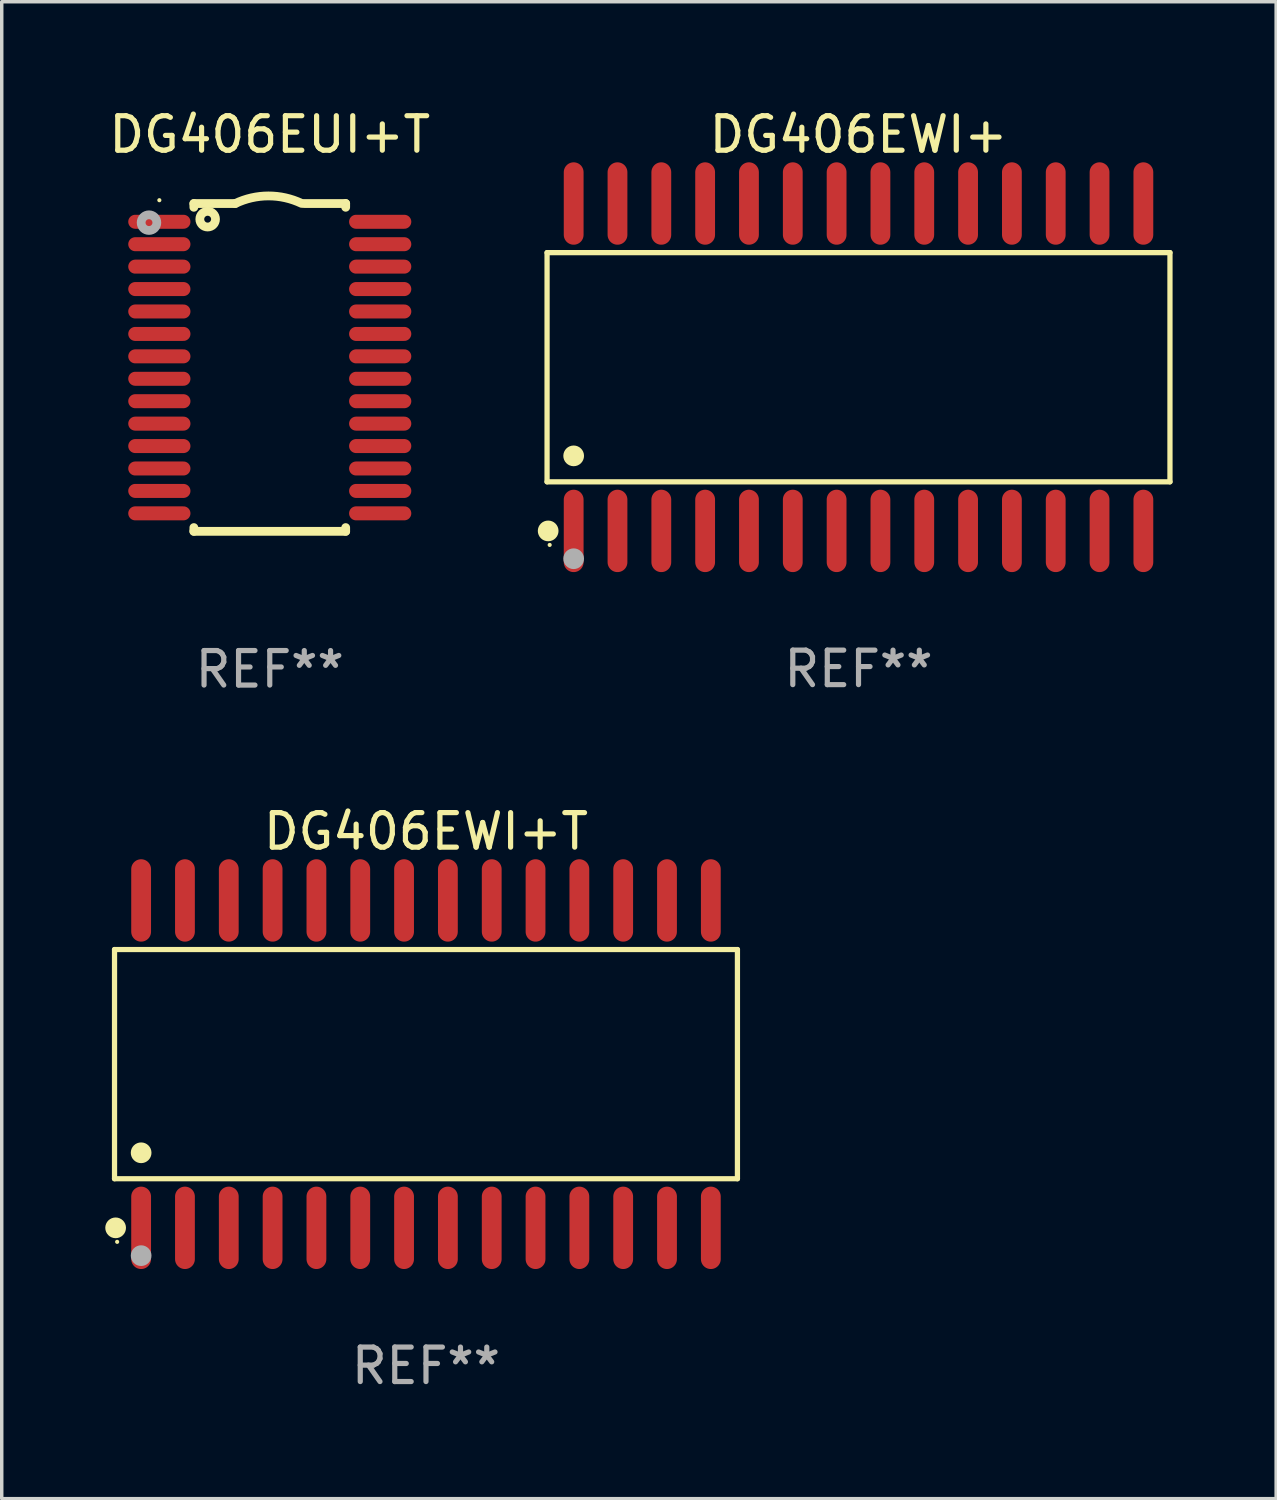
<source format=kicad_pcb>
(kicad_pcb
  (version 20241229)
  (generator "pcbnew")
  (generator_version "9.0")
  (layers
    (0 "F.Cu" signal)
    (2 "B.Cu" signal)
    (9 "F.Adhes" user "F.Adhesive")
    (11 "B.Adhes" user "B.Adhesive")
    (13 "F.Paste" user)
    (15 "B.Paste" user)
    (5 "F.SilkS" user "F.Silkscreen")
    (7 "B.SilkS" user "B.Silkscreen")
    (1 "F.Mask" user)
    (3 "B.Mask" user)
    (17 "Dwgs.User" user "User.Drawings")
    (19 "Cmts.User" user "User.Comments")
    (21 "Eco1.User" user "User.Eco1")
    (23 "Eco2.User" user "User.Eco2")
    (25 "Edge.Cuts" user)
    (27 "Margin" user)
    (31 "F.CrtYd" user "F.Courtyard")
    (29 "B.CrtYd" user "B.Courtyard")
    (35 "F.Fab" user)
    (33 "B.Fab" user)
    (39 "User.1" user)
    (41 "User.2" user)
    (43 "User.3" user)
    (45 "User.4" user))
  (footprint "DG406EWI+"
    (layer "F.Cu")
    (at 21.83 7.592)
    (property "Reference" "DG406EWI+" (at 0 -6.744 0) (layer "F.SilkS") (effects (font (size 1 1) (thickness 0.15))))
    (attr through_hole)
    (fp_line (start -9.026 -3.321) (end 9.026 -3.321) (stroke (width 0.152) (type solid)) (layer "F.SilkS"))
    (fp_line (start -9.026 3.321) (end -9.026 -3.321) (stroke (width 0.152) (type solid)) (layer "F.SilkS"))
    (fp_line (start 9.026 -3.321) (end 9.026 3.321) (stroke (width 0.152) (type solid)) (layer "F.SilkS"))
    (fp_line (start 9.026 3.321) (end -9.026 3.321) (stroke (width 0.152) (type solid)) (layer "F.SilkS"))
    (fp_circle (center -8.994 4.744) (end -8.844 4.744) (stroke (width 0.3) (type solid)) (fill no) (layer "F.SilkS"))
    (fp_circle (center -8.95 5.15) (end -8.92 5.15) (stroke (width 0.06) (type solid)) (fill no) (layer "F.SilkS"))
    (fp_circle (center -8.255 2.569) (end -8.105 2.569) (stroke (width 0.3) (type solid)) (fill no) (layer "F.SilkS"))
    (fp_circle (center -8.255 5.55) (end -8.105 5.55) (stroke (width 0.3) (type solid)) (fill no) (layer "F.Fab"))
    (fp_text user "REF**" (at 0 8.744 0) (layer "F.Fab") (effects (font (size 1 1) (thickness 0.15))))
    (pad "1" smd oval (at -8.255 4.744) (size 0.574 2.388) (layers "F.Cu" "F.Mask" "F.Paste"))
    (pad "2" smd oval (at -6.985 4.744) (size 0.574 2.388) (layers "F.Cu" "F.Mask" "F.Paste"))
    (pad "3" smd oval (at -5.715 4.744) (size 0.574 2.388) (layers "F.Cu" "F.Mask" "F.Paste"))
    (pad "4" smd oval (at -4.445 4.744) (size 0.574 2.388) (layers "F.Cu" "F.Mask" "F.Paste"))
    (pad "5" smd oval (at -3.175 4.744) (size 0.574 2.388) (layers "F.Cu" "F.Mask" "F.Paste"))
    (pad "6" smd oval (at -1.905 4.744) (size 0.574 2.388) (layers "F.Cu" "F.Mask" "F.Paste"))
    (pad "7" smd oval (at -0.635 4.744) (size 0.574 2.388) (layers "F.Cu" "F.Mask" "F.Paste"))
    (pad "8" smd oval (at 0.635 4.744) (size 0.574 2.388) (layers "F.Cu" "F.Mask" "F.Paste"))
    (pad "9" smd oval (at 1.905 4.744) (size 0.574 2.388) (layers "F.Cu" "F.Mask" "F.Paste"))
    (pad "10" smd oval (at 3.175 4.744) (size 0.574 2.388) (layers "F.Cu" "F.Mask" "F.Paste"))
    (pad "11" smd oval (at 4.445 4.744) (size 0.574 2.388) (layers "F.Cu" "F.Mask" "F.Paste"))
    (pad "12" smd oval (at 5.715 4.744) (size 0.574 2.388) (layers "F.Cu" "F.Mask" "F.Paste"))
    (pad "13" smd oval (at 6.985 4.744) (size 0.574 2.388) (layers "F.Cu" "F.Mask" "F.Paste"))
    (pad "14" smd oval (at 8.255 4.744) (size 0.574 2.388) (layers "F.Cu" "F.Mask" "F.Paste"))
    (pad "15" smd oval (at 8.255 -4.744) (size 0.574 2.388) (layers "F.Cu" "F.Mask" "F.Paste"))
    (pad "16" smd oval (at 6.985 -4.744) (size 0.574 2.388) (layers "F.Cu" "F.Mask" "F.Paste"))
    (pad "17" smd oval (at 5.715 -4.744) (size 0.574 2.388) (layers "F.Cu" "F.Mask" "F.Paste"))
    (pad "18" smd oval (at 4.445 -4.744) (size 0.574 2.388) (layers "F.Cu" "F.Mask" "F.Paste"))
    (pad "19" smd oval (at 3.175 -4.744) (size 0.574 2.388) (layers "F.Cu" "F.Mask" "F.Paste"))
    (pad "20" smd oval (at 1.905 -4.744) (size 0.574 2.388) (layers "F.Cu" "F.Mask" "F.Paste"))
    (pad "21" smd oval (at 0.635 -4.744) (size 0.574 2.388) (layers "F.Cu" "F.Mask" "F.Paste"))
    (pad "22" smd oval (at -0.635 -4.744) (size 0.574 2.388) (layers "F.Cu" "F.Mask" "F.Paste"))
    (pad "23" smd oval (at -1.905 -4.744) (size 0.574 2.388) (layers "F.Cu" "F.Mask" "F.Paste"))
    (pad "24" smd oval (at -3.175 -4.744) (size 0.574 2.388) (layers "F.Cu" "F.Mask" "F.Paste"))
    (pad "25" smd oval (at -4.445 -4.744) (size 0.574 2.388) (layers "F.Cu" "F.Mask" "F.Paste"))
    (pad "26" smd oval (at -5.715 -4.744) (size 0.574 2.388) (layers "F.Cu" "F.Mask" "F.Paste"))
    (pad "27" smd oval (at -6.985 -4.744) (size 0.574 2.388) (layers "F.Cu" "F.Mask" "F.Paste"))
    (pad "28" smd oval (at -8.255 -4.744) (size 0.574 2.388) (layers "F.Cu" "F.Mask" "F.Paste")))
  (footprint "DG406EWI+T"
    (layer "F.Cu")
    (at 9.295 27.789)
    (property "Reference" "DG406EWI+T" (at 0 -6.744 0) (layer "F.SilkS") (effects (font (size 1 1) (thickness 0.15))))
    (attr through_hole)
    (fp_line (start -9.026 -3.321) (end 9.026 -3.321) (stroke (width 0.152) (type solid)) (layer "F.SilkS"))
    (fp_line (start -9.026 3.321) (end -9.026 -3.321) (stroke (width 0.152) (type solid)) (layer "F.SilkS"))
    (fp_line (start 9.026 -3.321) (end 9.026 3.321) (stroke (width 0.152) (type solid)) (layer "F.SilkS"))
    (fp_line (start 9.026 3.321) (end -9.026 3.321) (stroke (width 0.152) (type solid)) (layer "F.SilkS"))
    (fp_circle (center -8.994 4.744) (end -8.844 4.744) (stroke (width 0.3) (type solid)) (fill no) (layer "F.SilkS"))
    (fp_circle (center -8.95 5.15) (end -8.92 5.15) (stroke (width 0.06) (type solid)) (fill no) (layer "F.SilkS"))
    (fp_circle (center -8.255 2.569) (end -8.105 2.569) (stroke (width 0.3) (type solid)) (fill no) (layer "F.SilkS"))
    (fp_circle (center -8.255 5.55) (end -8.105 5.55) (stroke (width 0.3) (type solid)) (fill no) (layer "F.Fab"))
    (fp_text user "REF**" (at 0 8.744 0) (layer "F.Fab") (effects (font (size 1 1) (thickness 0.15))))
    (pad "1" smd oval (at -8.255 4.744) (size 0.574 2.388) (layers "F.Cu" "F.Mask" "F.Paste"))
    (pad "2" smd oval (at -6.985 4.744) (size 0.574 2.388) (layers "F.Cu" "F.Mask" "F.Paste"))
    (pad "3" smd oval (at -5.715 4.744) (size 0.574 2.388) (layers "F.Cu" "F.Mask" "F.Paste"))
    (pad "4" smd oval (at -4.445 4.744) (size 0.574 2.388) (layers "F.Cu" "F.Mask" "F.Paste"))
    (pad "5" smd oval (at -3.175 4.744) (size 0.574 2.388) (layers "F.Cu" "F.Mask" "F.Paste"))
    (pad "6" smd oval (at -1.905 4.744) (size 0.574 2.388) (layers "F.Cu" "F.Mask" "F.Paste"))
    (pad "7" smd oval (at -0.635 4.744) (size 0.574 2.388) (layers "F.Cu" "F.Mask" "F.Paste"))
    (pad "8" smd oval (at 0.635 4.744) (size 0.574 2.388) (layers "F.Cu" "F.Mask" "F.Paste"))
    (pad "9" smd oval (at 1.905 4.744) (size 0.574 2.388) (layers "F.Cu" "F.Mask" "F.Paste"))
    (pad "10" smd oval (at 3.175 4.744) (size 0.574 2.388) (layers "F.Cu" "F.Mask" "F.Paste"))
    (pad "11" smd oval (at 4.445 4.744) (size 0.574 2.388) (layers "F.Cu" "F.Mask" "F.Paste"))
    (pad "12" smd oval (at 5.715 4.744) (size 0.574 2.388) (layers "F.Cu" "F.Mask" "F.Paste"))
    (pad "13" smd oval (at 6.985 4.744) (size 0.574 2.388) (layers "F.Cu" "F.Mask" "F.Paste"))
    (pad "14" smd oval (at 8.255 4.744) (size 0.574 2.388) (layers "F.Cu" "F.Mask" "F.Paste"))
    (pad "15" smd oval (at 8.255 -4.744) (size 0.574 2.388) (layers "F.Cu" "F.Mask" "F.Paste"))
    (pad "16" smd oval (at 6.985 -4.744) (size 0.574 2.388) (layers "F.Cu" "F.Mask" "F.Paste"))
    (pad "17" smd oval (at 5.715 -4.744) (size 0.574 2.388) (layers "F.Cu" "F.Mask" "F.Paste"))
    (pad "18" smd oval (at 4.445 -4.744) (size 0.574 2.388) (layers "F.Cu" "F.Mask" "F.Paste"))
    (pad "19" smd oval (at 3.175 -4.744) (size 0.574 2.388) (layers "F.Cu" "F.Mask" "F.Paste"))
    (pad "20" smd oval (at 1.905 -4.744) (size 0.574 2.388) (layers "F.Cu" "F.Mask" "F.Paste"))
    (pad "21" smd oval (at 0.635 -4.744) (size 0.574 2.388) (layers "F.Cu" "F.Mask" "F.Paste"))
    (pad "22" smd oval (at -0.635 -4.744) (size 0.574 2.388) (layers "F.Cu" "F.Mask" "F.Paste"))
    (pad "23" smd oval (at -1.905 -4.744) (size 0.574 2.388) (layers "F.Cu" "F.Mask" "F.Paste"))
    (pad "24" smd oval (at -3.175 -4.744) (size 0.574 2.388) (layers "F.Cu" "F.Mask" "F.Paste"))
    (pad "25" smd oval (at -4.445 -4.744) (size 0.574 2.388) (layers "F.Cu" "F.Mask" "F.Paste"))
    (pad "26" smd oval (at -5.715 -4.744) (size 0.574 2.388) (layers "F.Cu" "F.Mask" "F.Paste"))
    (pad "27" smd oval (at -6.985 -4.744) (size 0.574 2.388) (layers "F.Cu" "F.Mask" "F.Paste"))
    (pad "28" smd oval (at -8.255 -4.744) (size 0.574 2.388) (layers "F.Cu" "F.Mask" "F.Paste")))
  (footprint "DG406EUI+T"
    (layer "F.Cu")
    (at 4.768 7.598)
    (property "Reference" "DG406EUI+T" (at 0 -6.75 0) (layer "F.SilkS") (effects (font (size 1 1) (thickness 0.15))))
    (attr through_hole)
    (fp_line (start -2.2 -4.75) (end -2.2 -4.641) (stroke (width 0.254) (type solid)) (layer "F.SilkS"))
    (fp_line (start -2.2 -4.75) (end -1 -4.75) (stroke (width 0.254) (type solid)) (layer "F.SilkS"))
    (fp_line (start -2.2 4.641) (end -2.2 4.75) (stroke (width 0.254) (type solid)) (layer "F.SilkS"))
    (fp_line (start -2.2 4.75) (end 2.2 4.75) (stroke (width 0.254) (type solid)) (layer "F.SilkS"))
    (fp_line (start 2.2 -4.75) (end 1 -4.75) (stroke (width 0.254) (type solid)) (layer "F.SilkS"))
    (fp_line (start 2.2 -4.75) (end 2.2 -4.641) (stroke (width 0.254) (type solid)) (layer "F.SilkS"))
    (fp_line (start 2.2 4.641) (end 2.2 4.75) (stroke (width 0.254) (type solid)) (layer "F.SilkS"))
    (fp_arc (start -1.000025 -4.750013) (mid -0.040073 -4.969719) (end 0.920777 -4.753975) (stroke (width 0.254001) (type solid)) (layer "F.SilkS"))
    (fp_circle (center -3.2 -4.846) (end -3.17 -4.846) (stroke (width 0.06) (type solid)) (fill no) (layer "F.SilkS"))
    (fp_circle (center -1.8 -4.296) (end -1.7 -4.296) (stroke (width 0.254) (type solid)) (fill no) (layer "F.SilkS"))
    (fp_circle (center -3.5 -4.196) (end -3.4 -4.196) (stroke (width 0.254) (type solid)) (fill no) (layer "F.Fab"))
    (fp_text user "REF**" (at 0 8.75 0) (layer "F.Fab") (effects (font (size 1 1) (thickness 0.15))))
    (pad "1" smd oval (at -3.2 -4.221) (size 1.803 0.406) (layers "F.Cu" "F.Mask" "F.Paste"))
    (pad "2" smd oval (at -3.2 -3.571) (size 1.803 0.406) (layers "F.Cu" "F.Mask" "F.Paste"))
    (pad "3" smd oval (at -3.2 -2.921) (size 1.803 0.406) (layers "F.Cu" "F.Mask" "F.Paste"))
    (pad "4" smd oval (at -3.2 -2.271) (size 1.803 0.406) (layers "F.Cu" "F.Mask" "F.Paste"))
    (pad "5" smd oval (at -3.2 -1.621) (size 1.803 0.406) (layers "F.Cu" "F.Mask" "F.Paste"))
    (pad "6" smd oval (at -3.2 -0.971) (size 1.803 0.406) (layers "F.Cu" "F.Mask" "F.Paste"))
    (pad "7" smd oval (at -3.2 -0.321) (size 1.803 0.406) (layers "F.Cu" "F.Mask" "F.Paste"))
    (pad "8" smd oval (at -3.2 0.329) (size 1.803 0.406) (layers "F.Cu" "F.Mask" "F.Paste"))
    (pad "9" smd oval (at -3.2 0.979) (size 1.803 0.406) (layers "F.Cu" "F.Mask" "F.Paste"))
    (pad "10" smd oval (at -3.2 1.629) (size 1.803 0.406) (layers "F.Cu" "F.Mask" "F.Paste"))
    (pad "11" smd oval (at -3.2 2.279) (size 1.803 0.406) (layers "F.Cu" "F.Mask" "F.Paste"))
    (pad "12" smd oval (at -3.2 2.929) (size 1.803 0.406) (layers "F.Cu" "F.Mask" "F.Paste"))
    (pad "13" smd oval (at -3.2 3.579) (size 1.803 0.406) (layers "F.Cu" "F.Mask" "F.Paste"))
    (pad "14" smd oval (at -3.2 4.229) (size 1.803 0.406) (layers "F.Cu" "F.Mask" "F.Paste"))
    (pad "15" smd oval (at 3.2 4.229) (size 1.803 0.406) (layers "F.Cu" "F.Mask" "F.Paste"))
    (pad "16" smd oval (at 3.2 3.579) (size 1.803 0.406) (layers "F.Cu" "F.Mask" "F.Paste"))
    (pad "17" smd oval (at 3.2 2.929) (size 1.803 0.406) (layers "F.Cu" "F.Mask" "F.Paste"))
    (pad "18" smd oval (at 3.2 2.279) (size 1.803 0.406) (layers "F.Cu" "F.Mask" "F.Paste"))
    (pad "19" smd oval (at 3.2 1.629) (size 1.803 0.406) (layers "F.Cu" "F.Mask" "F.Paste"))
    (pad "20" smd oval (at 3.2 0.979) (size 1.803 0.406) (layers "F.Cu" "F.Mask" "F.Paste"))
    (pad "21" smd oval (at 3.2 0.329) (size 1.803 0.406) (layers "F.Cu" "F.Mask" "F.Paste"))
    (pad "22" smd oval (at 3.2 -0.321) (size 1.803 0.406) (layers "F.Cu" "F.Mask" "F.Paste"))
    (pad "23" smd oval (at 3.2 -0.971) (size 1.803 0.406) (layers "F.Cu" "F.Mask" "F.Paste"))
    (pad "24" smd oval (at 3.2 -1.621) (size 1.803 0.406) (layers "F.Cu" "F.Mask" "F.Paste"))
    (pad "25" smd oval (at 3.2 -2.271) (size 1.803 0.406) (layers "F.Cu" "F.Mask" "F.Paste"))
    (pad "26" smd oval (at 3.2 -2.921) (size 1.803 0.406) (layers "F.Cu" "F.Mask" "F.Paste"))
    (pad "27" smd oval (at 3.2 -3.571) (size 1.803 0.406) (layers "F.Cu" "F.Mask" "F.Paste"))
    (pad "28" smd oval (at 3.2 -4.221) (size 1.803 0.406) (layers "F.Cu" "F.Mask" "F.Paste")))
  (gr_rect
    (start -3 -3)
    (end 33.933 40.381)
    (stroke (width 0.1) (type default))
    (fill no)
    (layer "Edge.Cuts")))
</source>
